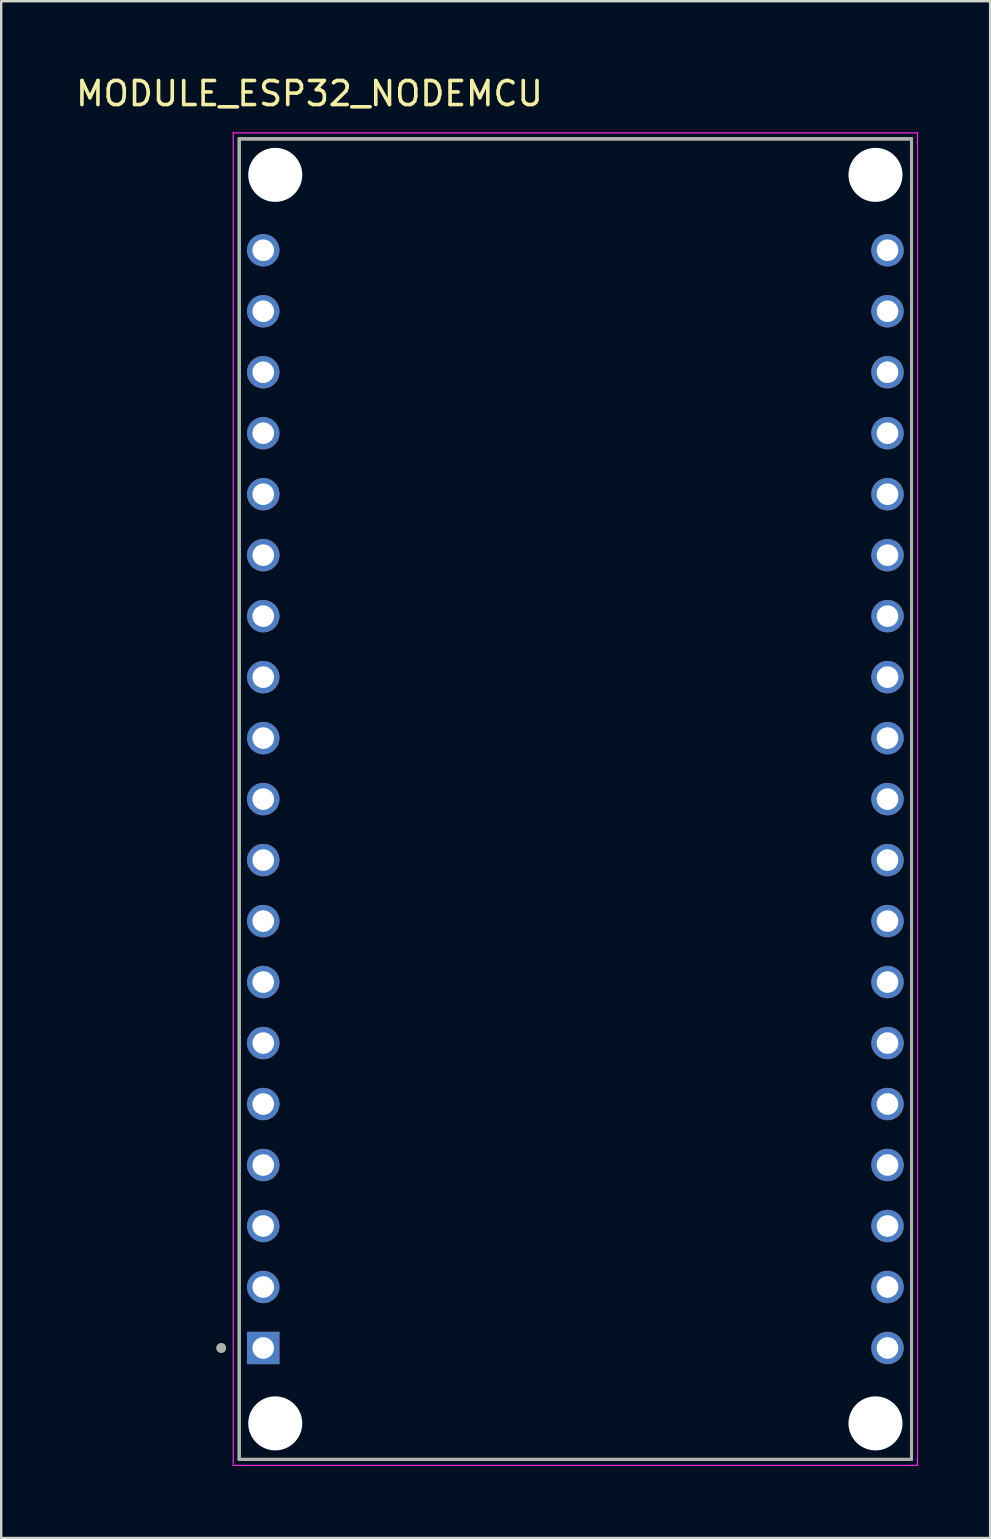
<source format=kicad_pcb>
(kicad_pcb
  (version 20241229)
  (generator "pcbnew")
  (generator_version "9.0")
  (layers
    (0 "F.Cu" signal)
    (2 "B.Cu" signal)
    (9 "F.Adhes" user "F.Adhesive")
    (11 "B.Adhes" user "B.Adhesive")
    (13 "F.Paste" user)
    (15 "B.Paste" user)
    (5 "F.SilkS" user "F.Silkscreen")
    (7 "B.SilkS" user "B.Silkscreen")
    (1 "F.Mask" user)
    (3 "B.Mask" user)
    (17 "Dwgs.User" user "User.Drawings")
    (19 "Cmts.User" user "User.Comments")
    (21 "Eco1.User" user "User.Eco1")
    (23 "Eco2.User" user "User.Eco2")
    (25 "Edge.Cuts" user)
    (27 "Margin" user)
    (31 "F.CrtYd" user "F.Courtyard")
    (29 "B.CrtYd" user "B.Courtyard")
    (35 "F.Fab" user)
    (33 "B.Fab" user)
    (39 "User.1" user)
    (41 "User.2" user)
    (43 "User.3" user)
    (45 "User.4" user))
  (footprint "MODULE_ESP32_NODEMCU"
    (layer "F.Cu")
    (at 20.914 30.233)
    (property "Reference" "MODULE_ESP32_NODEMCU" (at -11.075 -29.385 0) (layer "F.SilkS") (effects (font (size 1 1) (thickness 0.15))))
    (attr through_hole)
    (fp_line (start -14 -27.5) (end -14 27.5) (stroke (width 0.127) (type solid)) (layer "F.SilkS"))
    (fp_line (start -14 -27.5) (end 14 -27.5) (stroke (width 0.127) (type solid)) (layer "F.SilkS"))
    (fp_line (start -14 27.5) (end 14 27.5) (stroke (width 0.127) (type solid)) (layer "F.SilkS"))
    (fp_line (start 14 -27.5) (end 14 27.5) (stroke (width 0.127) (type solid)) (layer "F.SilkS"))
    (fp_circle (center -14.75 22.86) (end -14.65 22.86) (stroke (width 0.2) (type solid)) (fill no) (layer "F.SilkS"))
    (fp_line (start -14.25 -27.75) (end -14.25 27.75) (stroke (width 0.05) (type solid)) (layer "F.CrtYd"))
    (fp_line (start -14.25 27.75) (end 14.25 27.75) (stroke (width 0.05) (type solid)) (layer "F.CrtYd"))
    (fp_line (start 14.25 -27.75) (end -14.25 -27.75) (stroke (width 0.05) (type solid)) (layer "F.CrtYd"))
    (fp_line (start 14.25 27.75) (end 14.25 -27.75) (stroke (width 0.05) (type solid)) (layer "F.CrtYd"))
    (fp_line (start -14 -27.5) (end 14 -27.5) (stroke (width 0.127) (type solid)) (layer "F.Fab"))
    (fp_line (start -14 27.5) (end -14 -27.5) (stroke (width 0.127) (type solid)) (layer "F.Fab"))
    (fp_line (start 14 -27.5) (end 14 27.5) (stroke (width 0.127) (type solid)) (layer "F.Fab"))
    (fp_line (start 14 27.5) (end -14 27.5) (stroke (width 0.127) (type solid)) (layer "F.Fab"))
    (fp_circle (center -14.75 22.86) (end -14.65 22.86) (stroke (width 0.2) (type solid)) (fill no) (layer "F.Fab"))
    (pad "" np_thru_hole circle (at -12.5 -26) (size 2.25 2.25) (drill 2.25) (layers "*.Cu" "*.Mask"))
    (pad "" np_thru_hole circle (at -12.5 26) (size 2.25 2.25) (drill 2.25) (layers "*.Cu" "*.Mask"))
    (pad "" np_thru_hole circle (at 12.5 -26) (size 2.25 2.25) (drill 2.25) (layers "*.Cu" "*.Mask"))
    (pad "" np_thru_hole circle (at 12.5 26) (size 2.25 2.25) (drill 2.25) (layers "*.Cu" "*.Mask"))
    (pad "J4_1" thru_hole circle (at 13 -22.86) (size 1.35 1.35) (drill 0.9) (layers "*.Cu" "*.Mask"))
    (pad "J4_2" thru_hole circle (at 13 -20.32) (size 1.35 1.35) (drill 0.9) (layers "*.Cu" "*.Mask"))
    (pad "J4_3" thru_hole circle (at 13 -17.78) (size 1.35 1.35) (drill 0.9) (layers "*.Cu" "*.Mask"))
    (pad "J4_4" thru_hole circle (at 13 -15.24) (size 1.35 1.35) (drill 0.9) (layers "*.Cu" "*.Mask"))
    (pad "J4_5" thru_hole circle (at 13 -12.7) (size 1.35 1.35) (drill 0.9) (layers "*.Cu" "*.Mask"))
    (pad "J4_6" thru_hole circle (at 13 -10.16) (size 1.35 1.35) (drill 0.9) (layers "*.Cu" "*.Mask"))
    (pad "J4_7" thru_hole circle (at 13 -7.62) (size 1.35 1.35) (drill 0.9) (layers "*.Cu" "*.Mask"))
    (pad "J4_8" thru_hole circle (at 13 -5.08) (size 1.35 1.35) (drill 0.9) (layers "*.Cu" "*.Mask"))
    (pad "J4_9" thru_hole circle (at 13 -2.54) (size 1.35 1.35) (drill 0.9) (layers "*.Cu" "*.Mask"))
    (pad "J4_10" thru_hole circle (at 13 0) (size 1.35 1.35) (drill 0.9) (layers "*.Cu" "*.Mask"))
    (pad "J4_11" thru_hole circle (at 13 2.54) (size 1.35 1.35) (drill 0.9) (layers "*.Cu" "*.Mask"))
    (pad "J4_12" thru_hole circle (at 13 5.08) (size 1.35 1.35) (drill 0.9) (layers "*.Cu" "*.Mask"))
    (pad "J4_13" thru_hole circle (at 13 7.62) (size 1.35 1.35) (drill 0.9) (layers "*.Cu" "*.Mask"))
    (pad "J4_14" thru_hole circle (at 13 10.16) (size 1.35 1.35) (drill 0.9) (layers "*.Cu" "*.Mask"))
    (pad "J4_15" thru_hole circle (at 13 12.7) (size 1.35 1.35) (drill 0.9) (layers "*.Cu" "*.Mask"))
    (pad "J4_16" thru_hole circle (at 13 15.24) (size 1.35 1.35) (drill 0.9) (layers "*.Cu" "*.Mask"))
    (pad "J4_17" thru_hole circle (at 13 17.78) (size 1.35 1.35) (drill 0.9) (layers "*.Cu" "*.Mask"))
    (pad "J4_18" thru_hole circle (at 13 20.32) (size 1.35 1.35) (drill 0.9) (layers "*.Cu" "*.Mask"))
    (pad "J4_19" thru_hole circle (at 13 22.86) (size 1.35 1.35) (drill 0.9) (layers "*.Cu" "*.Mask"))
    (pad "J5_1" thru_hole rect (at -13 22.86) (size 1.35 1.35) (drill 0.9) (layers "*.Cu" "*.Mask"))
    (pad "J5_2" thru_hole circle (at -13 20.32) (size 1.35 1.35) (drill 0.9) (layers "*.Cu" "*.Mask"))
    (pad "J5_3" thru_hole circle (at -13 17.78) (size 1.35 1.35) (drill 0.9) (layers "*.Cu" "*.Mask"))
    (pad "J5_4" thru_hole circle (at -13 15.24) (size 1.35 1.35) (drill 0.9) (layers "*.Cu" "*.Mask"))
    (pad "J5_5" thru_hole circle (at -13 12.7) (size 1.35 1.35) (drill 0.9) (layers "*.Cu" "*.Mask"))
    (pad "J5_6" thru_hole circle (at -13 10.16) (size 1.35 1.35) (drill 0.9) (layers "*.Cu" "*.Mask"))
    (pad "J5_7" thru_hole circle (at -13 7.62) (size 1.35 1.35) (drill 0.9) (layers "*.Cu" "*.Mask"))
    (pad "J5_8" thru_hole circle (at -13 5.08) (size 1.35 1.35) (drill 0.9) (layers "*.Cu" "*.Mask"))
    (pad "J5_9" thru_hole circle (at -13 2.54) (size 1.35 1.35) (drill 0.9) (layers "*.Cu" "*.Mask"))
    (pad "J5_10" thru_hole circle (at -13 0) (size 1.35 1.35) (drill 0.9) (layers "*.Cu" "*.Mask"))
    (pad "J5_11" thru_hole circle (at -13 -2.54) (size 1.35 1.35) (drill 0.9) (layers "*.Cu" "*.Mask"))
    (pad "J5_12" thru_hole circle (at -13 -5.08) (size 1.35 1.35) (drill 0.9) (layers "*.Cu" "*.Mask"))
    (pad "J5_13" thru_hole circle (at -13 -7.62) (size 1.35 1.35) (drill 0.9) (layers "*.Cu" "*.Mask"))
    (pad "J5_14" thru_hole circle (at -13 -10.16) (size 1.35 1.35) (drill 0.9) (layers "*.Cu" "*.Mask"))
    (pad "J5_15" thru_hole circle (at -13 -12.7) (size 1.35 1.35) (drill 0.9) (layers "*.Cu" "*.Mask"))
    (pad "J5_16" thru_hole circle (at -13 -15.24) (size 1.35 1.35) (drill 0.9) (layers "*.Cu" "*.Mask"))
    (pad "J5_17" thru_hole circle (at -13 -17.78) (size 1.35 1.35) (drill 0.9) (layers "*.Cu" "*.Mask"))
    (pad "J5_18" thru_hole circle (at -13 -20.32) (size 1.35 1.35) (drill 0.9) (layers "*.Cu" "*.Mask"))
    (pad "J5_19" thru_hole circle (at -13 -22.86) (size 1.35 1.35) (drill 0.9) (layers "*.Cu" "*.Mask")))
  (gr_rect
    (start -3 -3)
    (end 38.189 61.008)
    (stroke (width 0.1) (type default))
    (fill no)
    (layer "Edge.Cuts")))
</source>
